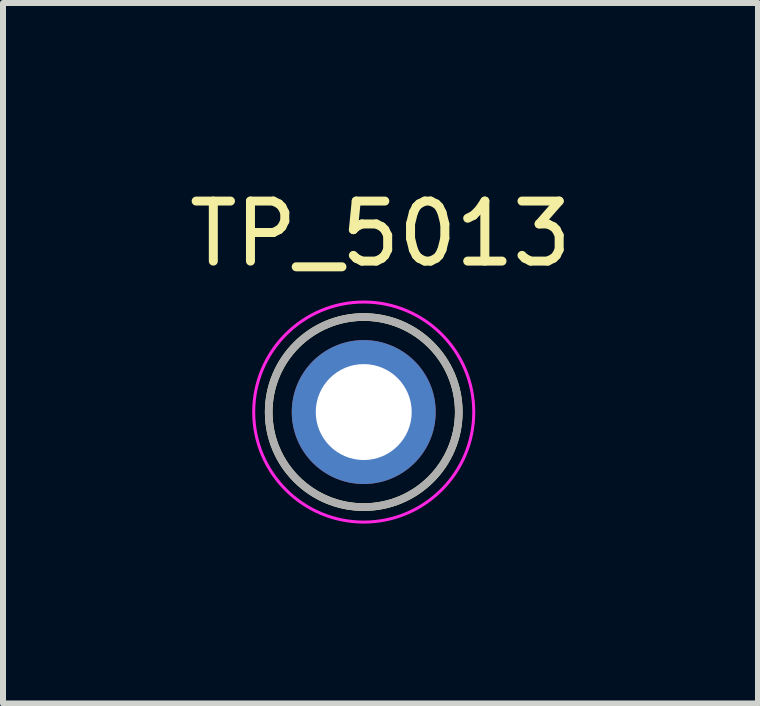
<source format=kicad_pcb>
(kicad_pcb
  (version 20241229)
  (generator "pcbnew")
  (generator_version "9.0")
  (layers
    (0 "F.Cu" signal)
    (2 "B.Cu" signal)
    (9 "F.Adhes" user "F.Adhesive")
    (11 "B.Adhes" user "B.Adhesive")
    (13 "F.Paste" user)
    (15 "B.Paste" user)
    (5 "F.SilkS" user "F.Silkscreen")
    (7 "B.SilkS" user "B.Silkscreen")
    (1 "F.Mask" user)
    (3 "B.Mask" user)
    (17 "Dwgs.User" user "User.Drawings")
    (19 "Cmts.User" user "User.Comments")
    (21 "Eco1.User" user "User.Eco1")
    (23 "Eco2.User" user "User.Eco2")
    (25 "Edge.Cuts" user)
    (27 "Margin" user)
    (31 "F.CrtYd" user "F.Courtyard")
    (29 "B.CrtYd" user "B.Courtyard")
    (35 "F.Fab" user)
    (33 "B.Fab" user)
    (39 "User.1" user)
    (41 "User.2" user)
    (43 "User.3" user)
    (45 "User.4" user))
  (footprint "TP_5013"
    (layer "F.Cu")
    (at 3.016 3.822)
    (property "Reference" "TP_5013" (at 0.28 -2.973 0) (layer "F.SilkS") (effects (font (size 1.001 1.001) (thickness 0.15))))
    (attr through_hole)
    (fp_circle (center 0 0) (end 1.585 0) (stroke (width 0.127) (type solid)) (fill no) (layer "F.SilkS"))
    (fp_circle (center 0 0) (end 1.835 0) (stroke (width 0.05) (type solid)) (fill no) (layer "F.CrtYd"))
    (fp_circle (center 0 0) (end 1.585 0) (stroke (width 0.127) (type solid)) (fill no) (layer "F.Fab"))
    (pad "TP" thru_hole circle (at 0 0) (size 2.4 2.4) (drill 1.6) (layers "*.Cu" "*.Mask")))
  (gr_rect
    (start -3 -3)
    (end 9.591 8.682)
    (stroke (width 0.1) (type default))
    (fill no)
    (layer "Edge.Cuts")))
</source>
